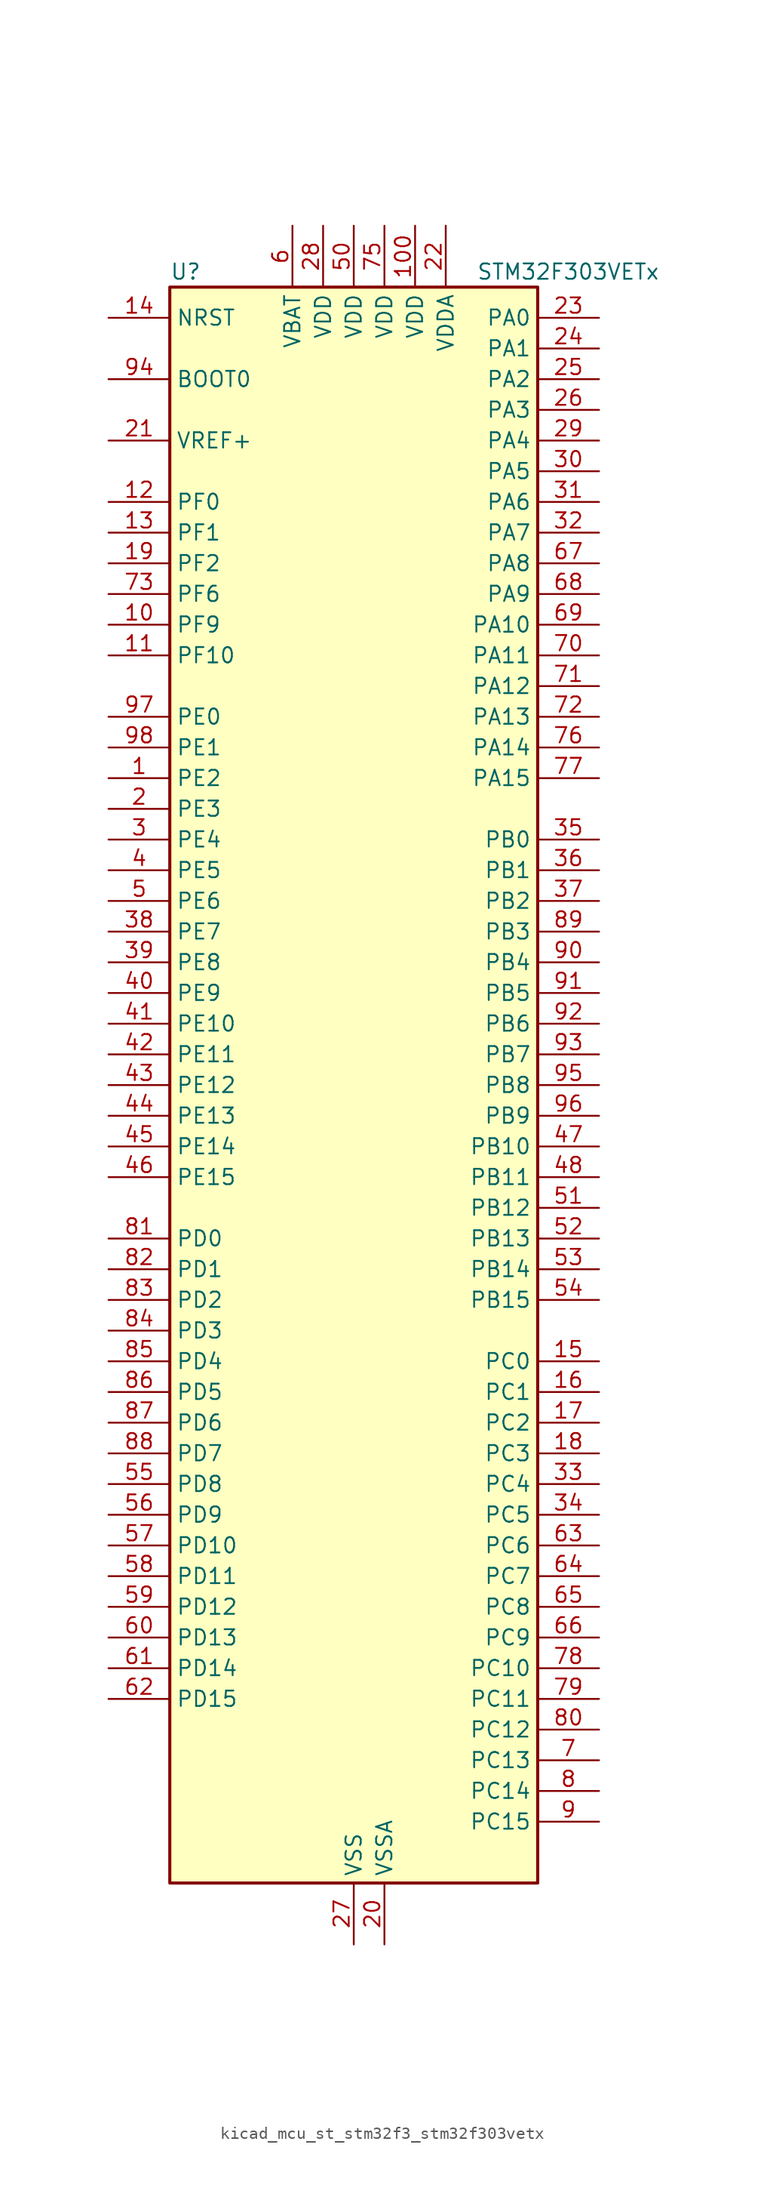
<source format=kicad_sym>
(kicad_symbol_lib
  (version 20220914)
  (generator kicad_symbol_editor)
  (symbol "kicad_mcu_st_stm32f3_stm32f303vetx"
    (property "Reference" "U"
      (at -15.24 67.31 0)
      (effects (font (size 1.27 1.27)) (justify left)))
    (property "Value" "STM32F303VETx"
      (at 10.16 67.31 0)
      (effects (font (size 1.27 1.27)) (justify left)))
    (property "ki_locked" ""
      (at 0 0 0)
      (effects (font (size 1.27 1.27))))
    (symbol "kicad_mcu_st_stm32f3_stm32f303vetx_0_1"
      (rectangle (start -15.24 -66.04) (end 15.24 66.04) (stroke (width 0.254) (type default)) (fill (type background))))
    (symbol "kicad_mcu_st_stm32f3_stm32f303vetx_1_1"
      (pin bidirectional line (at -20.32 25.4 0) (length 5.08) (name "PE2" (effects (font (size 1.27 1.27)))) (number "1" (effects (font (size 1.27 1.27)))) (alternate "ADC3_EXTI2" bidirectional line) (alternate "ADC4_EXTI2" bidirectional line) (alternate "FMC_A23" bidirectional line) (alternate "SPI4_SCK" bidirectional line) (alternate "SYS_TRACECK" bidirectional line) (alternate "TIM20_CH1" bidirectional line) (alternate "TIM3_CH1" bidirectional line) (alternate "TSC_G7_IO1" bidirectional line))
      (pin bidirectional line (at -20.32 38.1 0) (length 5.08) (name "PF9" (effects (font (size 1.27 1.27)))) (number "10" (effects (font (size 1.27 1.27)))) (alternate "DAC1_EXTI9" bidirectional line) (alternate "FMC_CD" bidirectional line) (alternate "SPI2_SCK" bidirectional line) (alternate "TIM15_CH1" bidirectional line) (alternate "TIM20_BKIN" bidirectional line))
      (pin power_in line (at 5.08 71.12 270) (length 5.08) (name "VDD" (effects (font (size 1.27 1.27)))) (number "100" (effects (font (size 1.27 1.27)))))
      (pin bidirectional line (at -20.32 35.56 0) (length 5.08) (name "PF10" (effects (font (size 1.27 1.27)))) (number "11" (effects (font (size 1.27 1.27)))) (alternate "FMC_INTR" bidirectional line) (alternate "SPI2_SCK" bidirectional line) (alternate "TIM15_CH2" bidirectional line) (alternate "TIM20_BKIN2" bidirectional line))
      (pin bidirectional line (at -20.32 48.26 0) (length 5.08) (name "PF0" (effects (font (size 1.27 1.27)))) (number "12" (effects (font (size 1.27 1.27)))) (alternate "I2C2_SDA" bidirectional line) (alternate "I2S2_WS" bidirectional line) (alternate "RCC_OSC_IN" bidirectional line) (alternate "SPI2_NSS" bidirectional line) (alternate "TIM1_CH3N" bidirectional line))
      (pin bidirectional line (at -20.32 45.72 0) (length 5.08) (name "PF1" (effects (font (size 1.27 1.27)))) (number "13" (effects (font (size 1.27 1.27)))) (alternate "I2C2_SCL" bidirectional line) (alternate "I2S2_CK" bidirectional line) (alternate "RCC_OSC_OUT" bidirectional line) (alternate "SPI2_SCK" bidirectional line))
      (pin input line (at -20.32 63.5 0) (length 5.08) (name "NRST" (effects (font (size 1.27 1.27)))) (number "14" (effects (font (size 1.27 1.27)))))
      (pin bidirectional line (at 20.32 -22.86 180) (length 5.08) (name "PC0" (effects (font (size 1.27 1.27)))) (number "15" (effects (font (size 1.27 1.27)))) (alternate "ADC1_IN6" bidirectional line) (alternate "ADC2_IN6" bidirectional line) (alternate "COMP7_INM" bidirectional line) (alternate "TIM1_CH1" bidirectional line))
      (pin bidirectional line (at 20.32 -25.4 180) (length 5.08) (name "PC1" (effects (font (size 1.27 1.27)))) (number "16" (effects (font (size 1.27 1.27)))) (alternate "ADC1_IN7" bidirectional line) (alternate "ADC2_IN7" bidirectional line) (alternate "COMP7_INP" bidirectional line) (alternate "TIM1_CH2" bidirectional line))
      (pin bidirectional line (at 20.32 -27.94 180) (length 5.08) (name "PC2" (effects (font (size 1.27 1.27)))) (number "17" (effects (font (size 1.27 1.27)))) (alternate "ADC1_IN8" bidirectional line) (alternate "ADC2_IN8" bidirectional line) (alternate "ADC3_EXTI2" bidirectional line) (alternate "ADC4_EXTI2" bidirectional line) (alternate "COMP7_OUT" bidirectional line) (alternate "TIM1_CH3" bidirectional line))
      (pin bidirectional line (at 20.32 -30.48 180) (length 5.08) (name "PC3" (effects (font (size 1.27 1.27)))) (number "18" (effects (font (size 1.27 1.27)))) (alternate "ADC1_IN9" bidirectional line) (alternate "ADC2_IN9" bidirectional line) (alternate "TIM1_BKIN2" bidirectional line) (alternate "TIM1_CH4" bidirectional line))
      (pin bidirectional line (at -20.32 43.18 0) (length 5.08) (name "PF2" (effects (font (size 1.27 1.27)))) (number "19" (effects (font (size 1.27 1.27)))) (alternate "ADC1_IN10" bidirectional line) (alternate "ADC2_IN10" bidirectional line) (alternate "ADC3_EXTI2" bidirectional line) (alternate "ADC4_EXTI2" bidirectional line) (alternate "FMC_A2" bidirectional line) (alternate "TIM20_CH3" bidirectional line))
      (pin bidirectional line (at -20.32 22.86 0) (length 5.08) (name "PE3" (effects (font (size 1.27 1.27)))) (number "2" (effects (font (size 1.27 1.27)))) (alternate "FMC_A19" bidirectional line) (alternate "SPI4_NSS" bidirectional line) (alternate "SYS_TRACED0" bidirectional line) (alternate "TIM20_CH2" bidirectional line) (alternate "TIM3_CH2" bidirectional line) (alternate "TSC_G7_IO2" bidirectional line))
      (pin power_in line (at 2.54 -71.12 90) (length 5.08) (name "VSSA" (effects (font (size 1.27 1.27)))) (number "20" (effects (font (size 1.27 1.27)))))
      (pin input line (at -20.32 53.34 0) (length 5.08) (name "VREF+" (effects (font (size 1.27 1.27)))) (number "21" (effects (font (size 1.27 1.27)))))
      (pin power_in line (at 7.62 71.12 270) (length 5.08) (name "VDDA" (effects (font (size 1.27 1.27)))) (number "22" (effects (font (size 1.27 1.27)))))
      (pin bidirectional line (at 20.32 63.5 180) (length 5.08) (name "PA0" (effects (font (size 1.27 1.27)))) (number "23" (effects (font (size 1.27 1.27)))) (alternate "ADC1_IN1" bidirectional line) (alternate "COMP1_INM" bidirectional line) (alternate "COMP1_OUT" bidirectional line) (alternate "RTC_TAMP2" bidirectional line) (alternate "SYS_WKUP1" bidirectional line) (alternate "TIM2_CH1" bidirectional line) (alternate "TIM2_ETR" bidirectional line) (alternate "TIM8_BKIN" bidirectional line) (alternate "TIM8_ETR" bidirectional line) (alternate "TSC_G1_IO1" bidirectional line) (alternate "USART2_CTS" bidirectional line))
      (pin bidirectional line (at 20.32 60.96 180) (length 5.08) (name "PA1" (effects (font (size 1.27 1.27)))) (number "24" (effects (font (size 1.27 1.27)))) (alternate "ADC1_IN2" bidirectional line) (alternate "COMP1_INP" bidirectional line) (alternate "OPAMP1_VINP" bidirectional line) (alternate "OPAMP1_VINP_SEC" bidirectional line) (alternate "OPAMP3_VINP" bidirectional line) (alternate "OPAMP3_VINP_SEC" bidirectional line) (alternate "RTC_REFIN" bidirectional line) (alternate "TIM15_CH1N" bidirectional line) (alternate "TIM2_CH2" bidirectional line) (alternate "TSC_G1_IO2" bidirectional line) (alternate "USART2_DE" bidirectional line) (alternate "USART2_RTS" bidirectional line))
      (pin bidirectional line (at 20.32 58.42 180) (length 5.08) (name "PA2" (effects (font (size 1.27 1.27)))) (number "25" (effects (font (size 1.27 1.27)))) (alternate "ADC1_IN3" bidirectional line) (alternate "ADC3_EXTI2" bidirectional line) (alternate "ADC4_EXTI2" bidirectional line) (alternate "COMP2_INM" bidirectional line) (alternate "COMP2_OUT" bidirectional line) (alternate "OPAMP1_VOUT" bidirectional line) (alternate "TIM15_CH1" bidirectional line) (alternate "TIM2_CH3" bidirectional line) (alternate "TSC_G1_IO3" bidirectional line) (alternate "USART2_TX" bidirectional line))
      (pin bidirectional line (at 20.32 55.88 180) (length 5.08) (name "PA3" (effects (font (size 1.27 1.27)))) (number "26" (effects (font (size 1.27 1.27)))) (alternate "ADC1_IN4" bidirectional line) (alternate "OPAMP1_VINM" bidirectional line) (alternate "OPAMP1_VINM_SEC" bidirectional line) (alternate "OPAMP1_VINP" bidirectional line) (alternate "OPAMP1_VINP_SEC" bidirectional line) (alternate "TIM15_CH2" bidirectional line) (alternate "TIM2_CH4" bidirectional line) (alternate "TSC_G1_IO4" bidirectional line) (alternate "USART2_RX" bidirectional line))
      (pin power_in line (at 0 -71.12 90) (length 5.08) (name "VSS" (effects (font (size 1.27 1.27)))) (number "27" (effects (font (size 1.27 1.27)))))
      (pin power_in line (at -2.54 71.12 270) (length 5.08) (name "VDD" (effects (font (size 1.27 1.27)))) (number "28" (effects (font (size 1.27 1.27)))))
      (pin bidirectional line (at 20.32 53.34 180) (length 5.08) (name "PA4" (effects (font (size 1.27 1.27)))) (number "29" (effects (font (size 1.27 1.27)))) (alternate "ADC2_IN1" bidirectional line) (alternate "COMP1_INM" bidirectional line) (alternate "COMP2_INM" bidirectional line) (alternate "COMP3_INM" bidirectional line) (alternate "COMP4_INM" bidirectional line) (alternate "COMP5_INM" bidirectional line) (alternate "COMP6_INM" bidirectional line) (alternate "COMP7_INM" bidirectional line) (alternate "DAC1_OUT1" bidirectional line) (alternate "I2S3_WS" bidirectional line) (alternate "OPAMP4_VINP" bidirectional line) (alternate "OPAMP4_VINP_SEC" bidirectional line) (alternate "SPI1_NSS" bidirectional line) (alternate "SPI3_NSS" bidirectional line) (alternate "TIM3_CH2" bidirectional line) (alternate "TSC_G2_IO1" bidirectional line) (alternate "USART2_CK" bidirectional line))
      (pin bidirectional line (at -20.32 20.32 0) (length 5.08) (name "PE4" (effects (font (size 1.27 1.27)))) (number "3" (effects (font (size 1.27 1.27)))) (alternate "FMC_A20" bidirectional line) (alternate "SPI4_NSS" bidirectional line) (alternate "SYS_TRACED1" bidirectional line) (alternate "TIM20_CH1N" bidirectional line) (alternate "TIM3_CH3" bidirectional line) (alternate "TSC_G7_IO3" bidirectional line))
      (pin bidirectional line (at 20.32 50.8 180) (length 5.08) (name "PA5" (effects (font (size 1.27 1.27)))) (number "30" (effects (font (size 1.27 1.27)))) (alternate "ADC2_IN2" bidirectional line) (alternate "COMP1_INM" bidirectional line) (alternate "COMP2_INM" bidirectional line) (alternate "COMP3_INM" bidirectional line) (alternate "COMP4_INM" bidirectional line) (alternate "COMP5_INM" bidirectional line) (alternate "COMP6_INM" bidirectional line) (alternate "COMP7_INM" bidirectional line) (alternate "DAC1_OUT2" bidirectional line) (alternate "OPAMP1_VINP" bidirectional line) (alternate "OPAMP1_VINP_SEC" bidirectional line) (alternate "OPAMP2_VINM" bidirectional line) (alternate "OPAMP2_VINM_SEC" bidirectional line) (alternate "OPAMP3_VINP" bidirectional line) (alternate "OPAMP3_VINP_SEC" bidirectional line) (alternate "SPI1_SCK" bidirectional line) (alternate "TIM2_CH1" bidirectional line) (alternate "TIM2_ETR" bidirectional line) (alternate "TSC_G2_IO2" bidirectional line))
      (pin bidirectional line (at 20.32 48.26 180) (length 5.08) (name "PA6" (effects (font (size 1.27 1.27)))) (number "31" (effects (font (size 1.27 1.27)))) (alternate "ADC2_IN3" bidirectional line) (alternate "COMP1_OUT" bidirectional line) (alternate "OPAMP2_VOUT" bidirectional line) (alternate "SPI1_MISO" bidirectional line) (alternate "TIM16_CH1" bidirectional line) (alternate "TIM1_BKIN" bidirectional line) (alternate "TIM3_CH1" bidirectional line) (alternate "TIM8_BKIN" bidirectional line) (alternate "TSC_G2_IO3" bidirectional line))
      (pin bidirectional line (at 20.32 45.72 180) (length 5.08) (name "PA7" (effects (font (size 1.27 1.27)))) (number "32" (effects (font (size 1.27 1.27)))) (alternate "ADC2_IN4" bidirectional line) (alternate "COMP2_INP" bidirectional line) (alternate "OPAMP1_VINP" bidirectional line) (alternate "OPAMP1_VINP_SEC" bidirectional line) (alternate "OPAMP2_VINP" bidirectional line) (alternate "OPAMP2_VINP_SEC" bidirectional line) (alternate "SPI1_MOSI" bidirectional line) (alternate "TIM17_CH1" bidirectional line) (alternate "TIM1_CH1N" bidirectional line) (alternate "TIM3_CH2" bidirectional line) (alternate "TIM8_CH1N" bidirectional line) (alternate "TSC_G2_IO4" bidirectional line))
      (pin bidirectional line (at 20.32 -33.02 180) (length 5.08) (name "PC4" (effects (font (size 1.27 1.27)))) (number "33" (effects (font (size 1.27 1.27)))) (alternate "ADC2_IN5" bidirectional line) (alternate "TIM1_ETR" bidirectional line) (alternate "USART1_TX" bidirectional line))
      (pin bidirectional line (at 20.32 -35.56 180) (length 5.08) (name "PC5" (effects (font (size 1.27 1.27)))) (number "34" (effects (font (size 1.27 1.27)))) (alternate "ADC2_IN11" bidirectional line) (alternate "OPAMP1_VINM" bidirectional line) (alternate "OPAMP1_VINM_SEC" bidirectional line) (alternate "OPAMP2_VINM" bidirectional line) (alternate "OPAMP2_VINM_SEC" bidirectional line) (alternate "TIM15_BKIN" bidirectional line) (alternate "TSC_G3_IO1" bidirectional line) (alternate "USART1_RX" bidirectional line))
      (pin bidirectional line (at 20.32 20.32 180) (length 5.08) (name "PB0" (effects (font (size 1.27 1.27)))) (number "35" (effects (font (size 1.27 1.27)))) (alternate "ADC3_IN12" bidirectional line) (alternate "COMP4_INP" bidirectional line) (alternate "OPAMP2_VINP" bidirectional line) (alternate "OPAMP2_VINP_SEC" bidirectional line) (alternate "OPAMP3_VINP" bidirectional line) (alternate "OPAMP3_VINP_SEC" bidirectional line) (alternate "TIM1_CH2N" bidirectional line) (alternate "TIM3_CH3" bidirectional line) (alternate "TIM8_CH2N" bidirectional line) (alternate "TSC_G3_IO2" bidirectional line))
      (pin bidirectional line (at 20.32 17.78 180) (length 5.08) (name "PB1" (effects (font (size 1.27 1.27)))) (number "36" (effects (font (size 1.27 1.27)))) (alternate "ADC3_IN1" bidirectional line) (alternate "COMP4_OUT" bidirectional line) (alternate "OPAMP3_VOUT" bidirectional line) (alternate "TIM1_CH3N" bidirectional line) (alternate "TIM3_CH4" bidirectional line) (alternate "TIM8_CH3N" bidirectional line) (alternate "TSC_G3_IO3" bidirectional line))
      (pin bidirectional line (at 20.32 15.24 180) (length 5.08) (name "PB2" (effects (font (size 1.27 1.27)))) (number "37" (effects (font (size 1.27 1.27)))) (alternate "ADC2_IN12" bidirectional line) (alternate "ADC3_EXTI2" bidirectional line) (alternate "ADC4_EXTI2" bidirectional line) (alternate "COMP4_INM" bidirectional line) (alternate "OPAMP3_VINM" bidirectional line) (alternate "OPAMP3_VINM_SEC" bidirectional line) (alternate "TSC_G3_IO4" bidirectional line))
      (pin bidirectional line (at -20.32 12.7 0) (length 5.08) (name "PE7" (effects (font (size 1.27 1.27)))) (number "38" (effects (font (size 1.27 1.27)))) (alternate "ADC3_IN13" bidirectional line) (alternate "FMC_D4" bidirectional line) (alternate "FMC_DA4" bidirectional line) (alternate "TIM1_ETR" bidirectional line))
      (pin bidirectional line (at -20.32 10.16 0) (length 5.08) (name "PE8" (effects (font (size 1.27 1.27)))) (number "39" (effects (font (size 1.27 1.27)))) (alternate "ADC3_IN6" bidirectional line) (alternate "ADC4_IN6" bidirectional line) (alternate "COMP4_INM" bidirectional line) (alternate "FMC_D5" bidirectional line) (alternate "FMC_DA5" bidirectional line) (alternate "TIM1_CH1N" bidirectional line))
      (pin bidirectional line (at -20.32 17.78 0) (length 5.08) (name "PE5" (effects (font (size 1.27 1.27)))) (number "4" (effects (font (size 1.27 1.27)))) (alternate "FMC_A21" bidirectional line) (alternate "SPI4_MISO" bidirectional line) (alternate "SYS_TRACED2" bidirectional line) (alternate "TIM20_CH2N" bidirectional line) (alternate "TIM3_CH4" bidirectional line) (alternate "TSC_G7_IO4" bidirectional line))
      (pin bidirectional line (at -20.32 7.62 0) (length 5.08) (name "PE9" (effects (font (size 1.27 1.27)))) (number "40" (effects (font (size 1.27 1.27)))) (alternate "ADC3_IN2" bidirectional line) (alternate "DAC1_EXTI9" bidirectional line) (alternate "FMC_D6" bidirectional line) (alternate "FMC_DA6" bidirectional line) (alternate "TIM1_CH1" bidirectional line))
      (pin bidirectional line (at -20.32 5.08 0) (length 5.08) (name "PE10" (effects (font (size 1.27 1.27)))) (number "41" (effects (font (size 1.27 1.27)))) (alternate "ADC3_IN14" bidirectional line) (alternate "FMC_D7" bidirectional line) (alternate "FMC_DA7" bidirectional line) (alternate "TIM1_CH2N" bidirectional line))
      (pin bidirectional line (at -20.32 2.54 0) (length 5.08) (name "PE11" (effects (font (size 1.27 1.27)))) (number "42" (effects (font (size 1.27 1.27)))) (alternate "ADC1_EXTI11" bidirectional line) (alternate "ADC2_EXTI11" bidirectional line) (alternate "ADC3_IN15" bidirectional line) (alternate "FMC_D8" bidirectional line) (alternate "FMC_DA8" bidirectional line) (alternate "SPI4_NSS" bidirectional line) (alternate "TIM1_CH2" bidirectional line))
      (pin bidirectional line (at -20.32 0 0) (length 5.08) (name "PE12" (effects (font (size 1.27 1.27)))) (number "43" (effects (font (size 1.27 1.27)))) (alternate "ADC3_IN16" bidirectional line) (alternate "FMC_D9" bidirectional line) (alternate "FMC_DA9" bidirectional line) (alternate "SPI4_SCK" bidirectional line) (alternate "TIM1_CH3N" bidirectional line))
      (pin bidirectional line (at -20.32 -2.54 0) (length 5.08) (name "PE13" (effects (font (size 1.27 1.27)))) (number "44" (effects (font (size 1.27 1.27)))) (alternate "ADC3_IN3" bidirectional line) (alternate "FMC_D10" bidirectional line) (alternate "FMC_DA10" bidirectional line) (alternate "SPI4_MISO" bidirectional line) (alternate "TIM1_CH3" bidirectional line))
      (pin bidirectional line (at -20.32 -5.08 0) (length 5.08) (name "PE14" (effects (font (size 1.27 1.27)))) (number "45" (effects (font (size 1.27 1.27)))) (alternate "ADC4_IN1" bidirectional line) (alternate "FMC_D11" bidirectional line) (alternate "FMC_DA11" bidirectional line) (alternate "SPI4_MOSI" bidirectional line) (alternate "TIM1_BKIN2" bidirectional line) (alternate "TIM1_CH4" bidirectional line))
      (pin bidirectional line (at -20.32 -7.62 0) (length 5.08) (name "PE15" (effects (font (size 1.27 1.27)))) (number "46" (effects (font (size 1.27 1.27)))) (alternate "ADC1_EXTI15" bidirectional line) (alternate "ADC2_EXTI15" bidirectional line) (alternate "ADC3_EXTI15" bidirectional line) (alternate "ADC4_EXTI15" bidirectional line) (alternate "ADC4_IN2" bidirectional line) (alternate "FMC_D12" bidirectional line) (alternate "FMC_DA12" bidirectional line) (alternate "TIM1_BKIN" bidirectional line) (alternate "USART3_RX" bidirectional line))
      (pin bidirectional line (at 20.32 -5.08 180) (length 5.08) (name "PB10" (effects (font (size 1.27 1.27)))) (number "47" (effects (font (size 1.27 1.27)))) (alternate "COMP5_INM" bidirectional line) (alternate "OPAMP3_VINM" bidirectional line) (alternate "OPAMP3_VINM_SEC" bidirectional line) (alternate "OPAMP4_VINM" bidirectional line) (alternate "OPAMP4_VINM_SEC" bidirectional line) (alternate "TIM2_CH3" bidirectional line) (alternate "TSC_SYNC" bidirectional line) (alternate "USART3_TX" bidirectional line))
      (pin bidirectional line (at 20.32 -7.62 180) (length 5.08) (name "PB11" (effects (font (size 1.27 1.27)))) (number "48" (effects (font (size 1.27 1.27)))) (alternate "ADC1_EXTI11" bidirectional line) (alternate "ADC1_IN14" bidirectional line) (alternate "ADC2_EXTI11" bidirectional line) (alternate "ADC2_IN14" bidirectional line) (alternate "COMP6_INP" bidirectional line) (alternate "OPAMP4_VINP" bidirectional line) (alternate "OPAMP4_VINP_SEC" bidirectional line) (alternate "TIM2_CH4" bidirectional line) (alternate "TSC_G6_IO1" bidirectional line) (alternate "USART3_RX" bidirectional line))
      (pin passive line (at 0 -71.12 90) (length 5.08) hide (name "VSS" (effects (font (size 1.27 1.27)))) (number "49" (effects (font (size 1.27 1.27)))))
      (pin bidirectional line (at -20.32 15.24 0) (length 5.08) (name "PE6" (effects (font (size 1.27 1.27)))) (number "5" (effects (font (size 1.27 1.27)))) (alternate "FMC_A22" bidirectional line) (alternate "RTC_TAMP3" bidirectional line) (alternate "SPI4_MOSI" bidirectional line) (alternate "SYS_TRACED3" bidirectional line) (alternate "SYS_WKUP3" bidirectional line) (alternate "TIM20_CH3N" bidirectional line))
      (pin power_in line (at 0 71.12 270) (length 5.08) (name "VDD" (effects (font (size 1.27 1.27)))) (number "50" (effects (font (size 1.27 1.27)))))
      (pin bidirectional line (at 20.32 -10.16 180) (length 5.08) (name "PB12" (effects (font (size 1.27 1.27)))) (number "51" (effects (font (size 1.27 1.27)))) (alternate "ADC4_IN3" bidirectional line) (alternate "COMP3_INM" bidirectional line) (alternate "I2C2_SMBA" bidirectional line) (alternate "I2S2_WS" bidirectional line) (alternate "OPAMP4_VOUT" bidirectional line) (alternate "SPI2_NSS" bidirectional line) (alternate "TIM1_BKIN" bidirectional line) (alternate "TSC_G6_IO2" bidirectional line) (alternate "USART3_CK" bidirectional line))
      (pin bidirectional line (at 20.32 -12.7 180) (length 5.08) (name "PB13" (effects (font (size 1.27 1.27)))) (number "52" (effects (font (size 1.27 1.27)))) (alternate "ADC3_IN5" bidirectional line) (alternate "COMP5_INP" bidirectional line) (alternate "I2S2_CK" bidirectional line) (alternate "OPAMP3_VINP" bidirectional line) (alternate "OPAMP3_VINP_SEC" bidirectional line) (alternate "OPAMP4_VINP" bidirectional line) (alternate "OPAMP4_VINP_SEC" bidirectional line) (alternate "SPI2_SCK" bidirectional line) (alternate "TIM1_CH1N" bidirectional line) (alternate "TSC_G6_IO3" bidirectional line) (alternate "USART3_CTS" bidirectional line))
      (pin bidirectional line (at 20.32 -15.24 180) (length 5.08) (name "PB14" (effects (font (size 1.27 1.27)))) (number "53" (effects (font (size 1.27 1.27)))) (alternate "ADC4_IN4" bidirectional line) (alternate "COMP3_INP" bidirectional line) (alternate "I2S2_ext_SD" bidirectional line) (alternate "OPAMP2_VINP" bidirectional line) (alternate "OPAMP2_VINP_SEC" bidirectional line) (alternate "SPI2_MISO" bidirectional line) (alternate "TIM15_CH1" bidirectional line) (alternate "TIM1_CH2N" bidirectional line) (alternate "TSC_G6_IO4" bidirectional line) (alternate "USART3_DE" bidirectional line) (alternate "USART3_RTS" bidirectional line))
      (pin bidirectional line (at 20.32 -17.78 180) (length 5.08) (name "PB15" (effects (font (size 1.27 1.27)))) (number "54" (effects (font (size 1.27 1.27)))) (alternate "ADC1_EXTI15" bidirectional line) (alternate "ADC2_EXTI15" bidirectional line) (alternate "ADC3_EXTI15" bidirectional line) (alternate "ADC4_EXTI15" bidirectional line) (alternate "ADC4_IN5" bidirectional line) (alternate "COMP6_INM" bidirectional line) (alternate "I2S2_SD" bidirectional line) (alternate "RTC_REFIN" bidirectional line) (alternate "SPI2_MOSI" bidirectional line) (alternate "TIM15_CH1N" bidirectional line) (alternate "TIM15_CH2" bidirectional line) (alternate "TIM1_CH3N" bidirectional line))
      (pin bidirectional line (at -20.32 -33.02 0) (length 5.08) (name "PD8" (effects (font (size 1.27 1.27)))) (number "55" (effects (font (size 1.27 1.27)))) (alternate "ADC4_IN12" bidirectional line) (alternate "FMC_D13" bidirectional line) (alternate "FMC_DA13" bidirectional line) (alternate "OPAMP4_VINM" bidirectional line) (alternate "OPAMP4_VINM_SEC" bidirectional line) (alternate "USART3_TX" bidirectional line))
      (pin bidirectional line (at -20.32 -35.56 0) (length 5.08) (name "PD9" (effects (font (size 1.27 1.27)))) (number "56" (effects (font (size 1.27 1.27)))) (alternate "ADC4_IN13" bidirectional line) (alternate "DAC1_EXTI9" bidirectional line) (alternate "FMC_D14" bidirectional line) (alternate "FMC_DA14" bidirectional line) (alternate "USART3_RX" bidirectional line))
      (pin bidirectional line (at -20.32 -38.1 0) (length 5.08) (name "PD10" (effects (font (size 1.27 1.27)))) (number "57" (effects (font (size 1.27 1.27)))) (alternate "ADC3_IN7" bidirectional line) (alternate "ADC4_IN7" bidirectional line) (alternate "COMP6_INM" bidirectional line) (alternate "FMC_D15" bidirectional line) (alternate "FMC_DA15" bidirectional line) (alternate "USART3_CK" bidirectional line))
      (pin bidirectional line (at -20.32 -40.64 0) (length 5.08) (name "PD11" (effects (font (size 1.27 1.27)))) (number "58" (effects (font (size 1.27 1.27)))) (alternate "ADC1_EXTI11" bidirectional line) (alternate "ADC2_EXTI11" bidirectional line) (alternate "ADC3_IN8" bidirectional line) (alternate "ADC4_IN8" bidirectional line) (alternate "FMC_A16" bidirectional line) (alternate "FMC_CLE" bidirectional line) (alternate "OPAMP4_VINP" bidirectional line) (alternate "OPAMP4_VINP_SEC" bidirectional line) (alternate "USART3_CTS" bidirectional line))
      (pin bidirectional line (at -20.32 -43.18 0) (length 5.08) (name "PD12" (effects (font (size 1.27 1.27)))) (number "59" (effects (font (size 1.27 1.27)))) (alternate "ADC3_IN9" bidirectional line) (alternate "ADC4_IN9" bidirectional line) (alternate "FMC_A17" bidirectional line) (alternate "FMC_ALE" bidirectional line) (alternate "TIM4_CH1" bidirectional line) (alternate "TSC_G8_IO1" bidirectional line) (alternate "USART3_DE" bidirectional line) (alternate "USART3_RTS" bidirectional line))
      (pin power_in line (at -5.08 71.12 270) (length 5.08) (name "VBAT" (effects (font (size 1.27 1.27)))) (number "6" (effects (font (size 1.27 1.27)))))
      (pin bidirectional line (at -20.32 -45.72 0) (length 5.08) (name "PD13" (effects (font (size 1.27 1.27)))) (number "60" (effects (font (size 1.27 1.27)))) (alternate "ADC3_IN10" bidirectional line) (alternate "ADC4_IN10" bidirectional line) (alternate "COMP5_INM" bidirectional line) (alternate "FMC_A18" bidirectional line) (alternate "TIM4_CH2" bidirectional line) (alternate "TSC_G8_IO2" bidirectional line))
      (pin bidirectional line (at -20.32 -48.26 0) (length 5.08) (name "PD14" (effects (font (size 1.27 1.27)))) (number "61" (effects (font (size 1.27 1.27)))) (alternate "ADC3_IN11" bidirectional line) (alternate "ADC4_IN11" bidirectional line) (alternate "FMC_D0" bidirectional line) (alternate "FMC_DA0" bidirectional line) (alternate "OPAMP2_VINP" bidirectional line) (alternate "OPAMP2_VINP_SEC" bidirectional line) (alternate "TIM4_CH3" bidirectional line) (alternate "TSC_G8_IO3" bidirectional line))
      (pin bidirectional line (at -20.32 -50.8 0) (length 5.08) (name "PD15" (effects (font (size 1.27 1.27)))) (number "62" (effects (font (size 1.27 1.27)))) (alternate "ADC1_EXTI15" bidirectional line) (alternate "ADC2_EXTI15" bidirectional line) (alternate "ADC3_EXTI15" bidirectional line) (alternate "ADC4_EXTI15" bidirectional line) (alternate "COMP3_INM" bidirectional line) (alternate "FMC_D1" bidirectional line) (alternate "FMC_DA1" bidirectional line) (alternate "SPI2_NSS" bidirectional line) (alternate "TIM4_CH4" bidirectional line) (alternate "TSC_G8_IO4" bidirectional line))
      (pin bidirectional line (at 20.32 -38.1 180) (length 5.08) (name "PC6" (effects (font (size 1.27 1.27)))) (number "63" (effects (font (size 1.27 1.27)))) (alternate "COMP6_OUT" bidirectional line) (alternate "I2S2_MCK" bidirectional line) (alternate "TIM3_CH1" bidirectional line) (alternate "TIM8_CH1" bidirectional line))
      (pin bidirectional line (at 20.32 -40.64 180) (length 5.08) (name "PC7" (effects (font (size 1.27 1.27)))) (number "64" (effects (font (size 1.27 1.27)))) (alternate "COMP5_OUT" bidirectional line) (alternate "I2S3_MCK" bidirectional line) (alternate "TIM3_CH2" bidirectional line) (alternate "TIM8_CH2" bidirectional line))
      (pin bidirectional line (at 20.32 -43.18 180) (length 5.08) (name "PC8" (effects (font (size 1.27 1.27)))) (number "65" (effects (font (size 1.27 1.27)))) (alternate "COMP3_OUT" bidirectional line) (alternate "TIM3_CH3" bidirectional line) (alternate "TIM8_CH3" bidirectional line))
      (pin bidirectional line (at 20.32 -45.72 180) (length 5.08) (name "PC9" (effects (font (size 1.27 1.27)))) (number "66" (effects (font (size 1.27 1.27)))) (alternate "DAC1_EXTI9" bidirectional line) (alternate "I2C3_SDA" bidirectional line) (alternate "I2S_CKIN" bidirectional line) (alternate "TIM3_CH4" bidirectional line) (alternate "TIM8_BKIN2" bidirectional line) (alternate "TIM8_CH4" bidirectional line))
      (pin bidirectional line (at 20.32 43.18 180) (length 5.08) (name "PA8" (effects (font (size 1.27 1.27)))) (number "67" (effects (font (size 1.27 1.27)))) (alternate "COMP3_OUT" bidirectional line) (alternate "I2C2_SMBA" bidirectional line) (alternate "I2C3_SCL" bidirectional line) (alternate "I2S2_MCK" bidirectional line) (alternate "RCC_MCO" bidirectional line) (alternate "TIM1_CH1" bidirectional line) (alternate "TIM4_ETR" bidirectional line) (alternate "USART1_CK" bidirectional line))
      (pin bidirectional line (at 20.32 40.64 180) (length 5.08) (name "PA9" (effects (font (size 1.27 1.27)))) (number "68" (effects (font (size 1.27 1.27)))) (alternate "COMP5_OUT" bidirectional line) (alternate "DAC1_EXTI9" bidirectional line) (alternate "I2C2_SCL" bidirectional line) (alternate "I2C3_SMBA" bidirectional line) (alternate "I2S3_MCK" bidirectional line) (alternate "TIM15_BKIN" bidirectional line) (alternate "TIM1_CH2" bidirectional line) (alternate "TIM2_CH3" bidirectional line) (alternate "TSC_G4_IO1" bidirectional line) (alternate "USART1_TX" bidirectional line))
      (pin bidirectional line (at 20.32 38.1 180) (length 5.08) (name "PA10" (effects (font (size 1.27 1.27)))) (number "69" (effects (font (size 1.27 1.27)))) (alternate "COMP6_OUT" bidirectional line) (alternate "I2C2_SDA" bidirectional line) (alternate "I2S2_ext_SD" bidirectional line) (alternate "SPI2_MISO" bidirectional line) (alternate "TIM17_BKIN" bidirectional line) (alternate "TIM1_CH3" bidirectional line) (alternate "TIM2_CH4" bidirectional line) (alternate "TIM8_BKIN" bidirectional line) (alternate "TSC_G4_IO2" bidirectional line) (alternate "USART1_RX" bidirectional line))
      (pin bidirectional line (at 20.32 -55.88 180) (length 5.08) (name "PC13" (effects (font (size 1.27 1.27)))) (number "7" (effects (font (size 1.27 1.27)))) (alternate "RTC_OUT_ALARM" bidirectional line) (alternate "RTC_OUT_CALIB" bidirectional line) (alternate "RTC_TAMP1" bidirectional line) (alternate "RTC_TS" bidirectional line) (alternate "SYS_WKUP2" bidirectional line) (alternate "TIM1_CH1N" bidirectional line))
      (pin bidirectional line (at 20.32 35.56 180) (length 5.08) (name "PA11" (effects (font (size 1.27 1.27)))) (number "70" (effects (font (size 1.27 1.27)))) (alternate "ADC1_EXTI11" bidirectional line) (alternate "ADC2_EXTI11" bidirectional line) (alternate "CAN_RX" bidirectional line) (alternate "COMP1_OUT" bidirectional line) (alternate "I2S2_SD" bidirectional line) (alternate "SPI2_MOSI" bidirectional line) (alternate "TIM1_BKIN2" bidirectional line) (alternate "TIM1_CH1N" bidirectional line) (alternate "TIM1_CH4" bidirectional line) (alternate "TIM4_CH1" bidirectional line) (alternate "USART1_CTS" bidirectional line) (alternate "USB_DM" bidirectional line))
      (pin bidirectional line (at 20.32 33.02 180) (length 5.08) (name "PA12" (effects (font (size 1.27 1.27)))) (number "71" (effects (font (size 1.27 1.27)))) (alternate "CAN_TX" bidirectional line) (alternate "COMP2_OUT" bidirectional line) (alternate "I2S_CKIN" bidirectional line) (alternate "TIM16_CH1" bidirectional line) (alternate "TIM1_CH2N" bidirectional line) (alternate "TIM1_ETR" bidirectional line) (alternate "TIM4_CH2" bidirectional line) (alternate "USART1_DE" bidirectional line) (alternate "USART1_RTS" bidirectional line) (alternate "USB_DP" bidirectional line))
      (pin bidirectional line (at 20.32 30.48 180) (length 5.08) (name "PA13" (effects (font (size 1.27 1.27)))) (number "72" (effects (font (size 1.27 1.27)))) (alternate "IR_OUT" bidirectional line) (alternate "SYS_JTMS-SWDIO" bidirectional line) (alternate "TIM16_CH1N" bidirectional line) (alternate "TIM4_CH3" bidirectional line) (alternate "TSC_G4_IO3" bidirectional line) (alternate "USART3_CTS" bidirectional line))
      (pin bidirectional line (at -20.32 40.64 0) (length 5.08) (name "PF6" (effects (font (size 1.27 1.27)))) (number "73" (effects (font (size 1.27 1.27)))) (alternate "FMC_NIORD" bidirectional line) (alternate "I2C2_SCL" bidirectional line) (alternate "TIM4_CH4" bidirectional line) (alternate "USART3_DE" bidirectional line) (alternate "USART3_RTS" bidirectional line))
      (pin passive line (at 0 -71.12 90) (length 5.08) hide (name "VSS" (effects (font (size 1.27 1.27)))) (number "74" (effects (font (size 1.27 1.27)))))
      (pin power_in line (at 2.54 71.12 270) (length 5.08) (name "VDD" (effects (font (size 1.27 1.27)))) (number "75" (effects (font (size 1.27 1.27)))))
      (pin bidirectional line (at 20.32 27.94 180) (length 5.08) (name "PA14" (effects (font (size 1.27 1.27)))) (number "76" (effects (font (size 1.27 1.27)))) (alternate "I2C1_SDA" bidirectional line) (alternate "SYS_JTCK-SWCLK" bidirectional line) (alternate "TIM1_BKIN" bidirectional line) (alternate "TIM8_CH2" bidirectional line) (alternate "TSC_G4_IO4" bidirectional line) (alternate "USART2_TX" bidirectional line))
      (pin bidirectional line (at 20.32 25.4 180) (length 5.08) (name "PA15" (effects (font (size 1.27 1.27)))) (number "77" (effects (font (size 1.27 1.27)))) (alternate "ADC1_EXTI15" bidirectional line) (alternate "ADC2_EXTI15" bidirectional line) (alternate "ADC3_EXTI15" bidirectional line) (alternate "ADC4_EXTI15" bidirectional line) (alternate "I2C1_SCL" bidirectional line) (alternate "I2S3_WS" bidirectional line) (alternate "SPI1_NSS" bidirectional line) (alternate "SPI3_NSS" bidirectional line) (alternate "SYS_JTDI" bidirectional line) (alternate "TIM1_BKIN" bidirectional line) (alternate "TIM2_CH1" bidirectional line) (alternate "TIM2_ETR" bidirectional line) (alternate "TIM8_CH1" bidirectional line) (alternate "TSC_SYNC" bidirectional line) (alternate "USART2_RX" bidirectional line))
      (pin bidirectional line (at 20.32 -48.26 180) (length 5.08) (name "PC10" (effects (font (size 1.27 1.27)))) (number "78" (effects (font (size 1.27 1.27)))) (alternate "I2S3_CK" bidirectional line) (alternate "SPI3_SCK" bidirectional line) (alternate "TIM8_CH1N" bidirectional line) (alternate "UART4_TX" bidirectional line) (alternate "USART3_TX" bidirectional line))
      (pin bidirectional line (at 20.32 -50.8 180) (length 5.08) (name "PC11" (effects (font (size 1.27 1.27)))) (number "79" (effects (font (size 1.27 1.27)))) (alternate "ADC1_EXTI11" bidirectional line) (alternate "ADC2_EXTI11" bidirectional line) (alternate "I2S3_ext_SD" bidirectional line) (alternate "SPI3_MISO" bidirectional line) (alternate "TIM8_CH2N" bidirectional line) (alternate "UART4_RX" bidirectional line) (alternate "USART3_RX" bidirectional line))
      (pin bidirectional line (at 20.32 -58.42 180) (length 5.08) (name "PC14" (effects (font (size 1.27 1.27)))) (number "8" (effects (font (size 1.27 1.27)))) (alternate "RCC_OSC32_IN" bidirectional line))
      (pin bidirectional line (at 20.32 -53.34 180) (length 5.08) (name "PC12" (effects (font (size 1.27 1.27)))) (number "80" (effects (font (size 1.27 1.27)))) (alternate "I2S3_SD" bidirectional line) (alternate "SPI3_MOSI" bidirectional line) (alternate "TIM8_CH3N" bidirectional line) (alternate "UART5_TX" bidirectional line) (alternate "USART3_CK" bidirectional line))
      (pin bidirectional line (at -20.32 -12.7 0) (length 5.08) (name "PD0" (effects (font (size 1.27 1.27)))) (number "81" (effects (font (size 1.27 1.27)))) (alternate "CAN_RX" bidirectional line) (alternate "FMC_D2" bidirectional line) (alternate "FMC_DA2" bidirectional line))
      (pin bidirectional line (at -20.32 -15.24 0) (length 5.08) (name "PD1" (effects (font (size 1.27 1.27)))) (number "82" (effects (font (size 1.27 1.27)))) (alternate "CAN_TX" bidirectional line) (alternate "FMC_D3" bidirectional line) (alternate "FMC_DA3" bidirectional line) (alternate "TIM8_BKIN2" bidirectional line) (alternate "TIM8_CH4" bidirectional line))
      (pin bidirectional line (at -20.32 -17.78 0) (length 5.08) (name "PD2" (effects (font (size 1.27 1.27)))) (number "83" (effects (font (size 1.27 1.27)))) (alternate "ADC3_EXTI2" bidirectional line) (alternate "ADC4_EXTI2" bidirectional line) (alternate "TIM3_ETR" bidirectional line) (alternate "TIM8_BKIN" bidirectional line) (alternate "UART5_RX" bidirectional line))
      (pin bidirectional line (at -20.32 -20.32 0) (length 5.08) (name "PD3" (effects (font (size 1.27 1.27)))) (number "84" (effects (font (size 1.27 1.27)))) (alternate "FMC_CLK" bidirectional line) (alternate "TIM2_CH1" bidirectional line) (alternate "TIM2_ETR" bidirectional line) (alternate "USART2_CTS" bidirectional line))
      (pin bidirectional line (at -20.32 -22.86 0) (length 5.08) (name "PD4" (effects (font (size 1.27 1.27)))) (number "85" (effects (font (size 1.27 1.27)))) (alternate "FMC_NOE" bidirectional line) (alternate "TIM2_CH2" bidirectional line) (alternate "USART2_DE" bidirectional line) (alternate "USART2_RTS" bidirectional line))
      (pin bidirectional line (at -20.32 -25.4 0) (length 5.08) (name "PD5" (effects (font (size 1.27 1.27)))) (number "86" (effects (font (size 1.27 1.27)))) (alternate "FMC_NWE" bidirectional line) (alternate "USART2_TX" bidirectional line))
      (pin bidirectional line (at -20.32 -27.94 0) (length 5.08) (name "PD6" (effects (font (size 1.27 1.27)))) (number "87" (effects (font (size 1.27 1.27)))) (alternate "FMC_NWAIT" bidirectional line) (alternate "TIM2_CH4" bidirectional line) (alternate "USART2_RX" bidirectional line))
      (pin bidirectional line (at -20.32 -30.48 0) (length 5.08) (name "PD7" (effects (font (size 1.27 1.27)))) (number "88" (effects (font (size 1.27 1.27)))) (alternate "FMC_NCE2" bidirectional line) (alternate "FMC_NE1" bidirectional line) (alternate "TIM2_CH3" bidirectional line) (alternate "USART2_CK" bidirectional line))
      (pin bidirectional line (at 20.32 12.7 180) (length 5.08) (name "PB3" (effects (font (size 1.27 1.27)))) (number "89" (effects (font (size 1.27 1.27)))) (alternate "I2S3_CK" bidirectional line) (alternate "SPI1_SCK" bidirectional line) (alternate "SPI3_SCK" bidirectional line) (alternate "SYS_JTDO-TRACESWO" bidirectional line) (alternate "TIM2_CH2" bidirectional line) (alternate "TIM3_ETR" bidirectional line) (alternate "TIM4_ETR" bidirectional line) (alternate "TIM8_CH1N" bidirectional line) (alternate "TSC_G5_IO1" bidirectional line) (alternate "USART2_TX" bidirectional line))
      (pin bidirectional line (at 20.32 -60.96 180) (length 5.08) (name "PC15" (effects (font (size 1.27 1.27)))) (number "9" (effects (font (size 1.27 1.27)))) (alternate "ADC1_EXTI15" bidirectional line) (alternate "ADC2_EXTI15" bidirectional line) (alternate "ADC3_EXTI15" bidirectional line) (alternate "ADC4_EXTI15" bidirectional line) (alternate "RCC_OSC32_OUT" bidirectional line))
      (pin bidirectional line (at 20.32 10.16 180) (length 5.08) (name "PB4" (effects (font (size 1.27 1.27)))) (number "90" (effects (font (size 1.27 1.27)))) (alternate "I2S3_ext_SD" bidirectional line) (alternate "SPI1_MISO" bidirectional line) (alternate "SPI3_MISO" bidirectional line) (alternate "SYS_NJTRST" bidirectional line) (alternate "TIM16_CH1" bidirectional line) (alternate "TIM17_BKIN" bidirectional line) (alternate "TIM3_CH1" bidirectional line) (alternate "TIM8_CH2N" bidirectional line) (alternate "TSC_G5_IO2" bidirectional line) (alternate "USART2_RX" bidirectional line))
      (pin bidirectional line (at 20.32 7.62 180) (length 5.08) (name "PB5" (effects (font (size 1.27 1.27)))) (number "91" (effects (font (size 1.27 1.27)))) (alternate "I2C1_SMBA" bidirectional line) (alternate "I2C3_SDA" bidirectional line) (alternate "I2S3_SD" bidirectional line) (alternate "SPI1_MOSI" bidirectional line) (alternate "SPI3_MOSI" bidirectional line) (alternate "TIM16_BKIN" bidirectional line) (alternate "TIM17_CH1" bidirectional line) (alternate "TIM3_CH2" bidirectional line) (alternate "TIM8_CH3N" bidirectional line) (alternate "USART2_CK" bidirectional line))
      (pin bidirectional line (at 20.32 5.08 180) (length 5.08) (name "PB6" (effects (font (size 1.27 1.27)))) (number "92" (effects (font (size 1.27 1.27)))) (alternate "I2C1_SCL" bidirectional line) (alternate "TIM16_CH1N" bidirectional line) (alternate "TIM4_CH1" bidirectional line) (alternate "TIM8_BKIN2" bidirectional line) (alternate "TIM8_CH1" bidirectional line) (alternate "TIM8_ETR" bidirectional line) (alternate "TSC_G5_IO3" bidirectional line) (alternate "USART1_TX" bidirectional line))
      (pin bidirectional line (at 20.32 2.54 180) (length 5.08) (name "PB7" (effects (font (size 1.27 1.27)))) (number "93" (effects (font (size 1.27 1.27)))) (alternate "FMC_NL" bidirectional line) (alternate "I2C1_SDA" bidirectional line) (alternate "TIM17_CH1N" bidirectional line) (alternate "TIM3_CH4" bidirectional line) (alternate "TIM4_CH2" bidirectional line) (alternate "TIM8_BKIN" bidirectional line) (alternate "TSC_G5_IO4" bidirectional line) (alternate "USART1_RX" bidirectional line))
      (pin input line (at -20.32 58.42 0) (length 5.08) (name "BOOT0" (effects (font (size 1.27 1.27)))) (number "94" (effects (font (size 1.27 1.27)))))
      (pin bidirectional line (at 20.32 0 180) (length 5.08) (name "PB8" (effects (font (size 1.27 1.27)))) (number "95" (effects (font (size 1.27 1.27)))) (alternate "CAN_RX" bidirectional line) (alternate "COMP1_OUT" bidirectional line) (alternate "I2C1_SCL" bidirectional line) (alternate "TIM16_CH1" bidirectional line) (alternate "TIM1_BKIN" bidirectional line) (alternate "TIM4_CH3" bidirectional line) (alternate "TIM8_CH2" bidirectional line) (alternate "TSC_SYNC" bidirectional line) (alternate "USART3_RX" bidirectional line))
      (pin bidirectional line (at 20.32 -2.54 180) (length 5.08) (name "PB9" (effects (font (size 1.27 1.27)))) (number "96" (effects (font (size 1.27 1.27)))) (alternate "CAN_TX" bidirectional line) (alternate "COMP2_OUT" bidirectional line) (alternate "DAC1_EXTI9" bidirectional line) (alternate "I2C1_SDA" bidirectional line) (alternate "IR_OUT" bidirectional line) (alternate "TIM17_CH1" bidirectional line) (alternate "TIM4_CH4" bidirectional line) (alternate "TIM8_CH3" bidirectional line) (alternate "USART3_TX" bidirectional line))
      (pin bidirectional line (at -20.32 30.48 0) (length 5.08) (name "PE0" (effects (font (size 1.27 1.27)))) (number "97" (effects (font (size 1.27 1.27)))) (alternate "FMC_NBL0" bidirectional line) (alternate "TIM16_CH1" bidirectional line) (alternate "TIM20_ETR" bidirectional line) (alternate "TIM4_ETR" bidirectional line) (alternate "USART1_TX" bidirectional line))
      (pin bidirectional line (at -20.32 27.94 0) (length 5.08) (name "PE1" (effects (font (size 1.27 1.27)))) (number "98" (effects (font (size 1.27 1.27)))) (alternate "FMC_NBL1" bidirectional line) (alternate "TIM17_CH1" bidirectional line) (alternate "TIM20_CH4" bidirectional line) (alternate "USART1_RX" bidirectional line))
      (pin passive line (at 0 -71.12 90) (length 5.08) hide (name "VSS" (effects (font (size 1.27 1.27)))) (number "99" (effects (font (size 1.27 1.27))))))))
</source>
